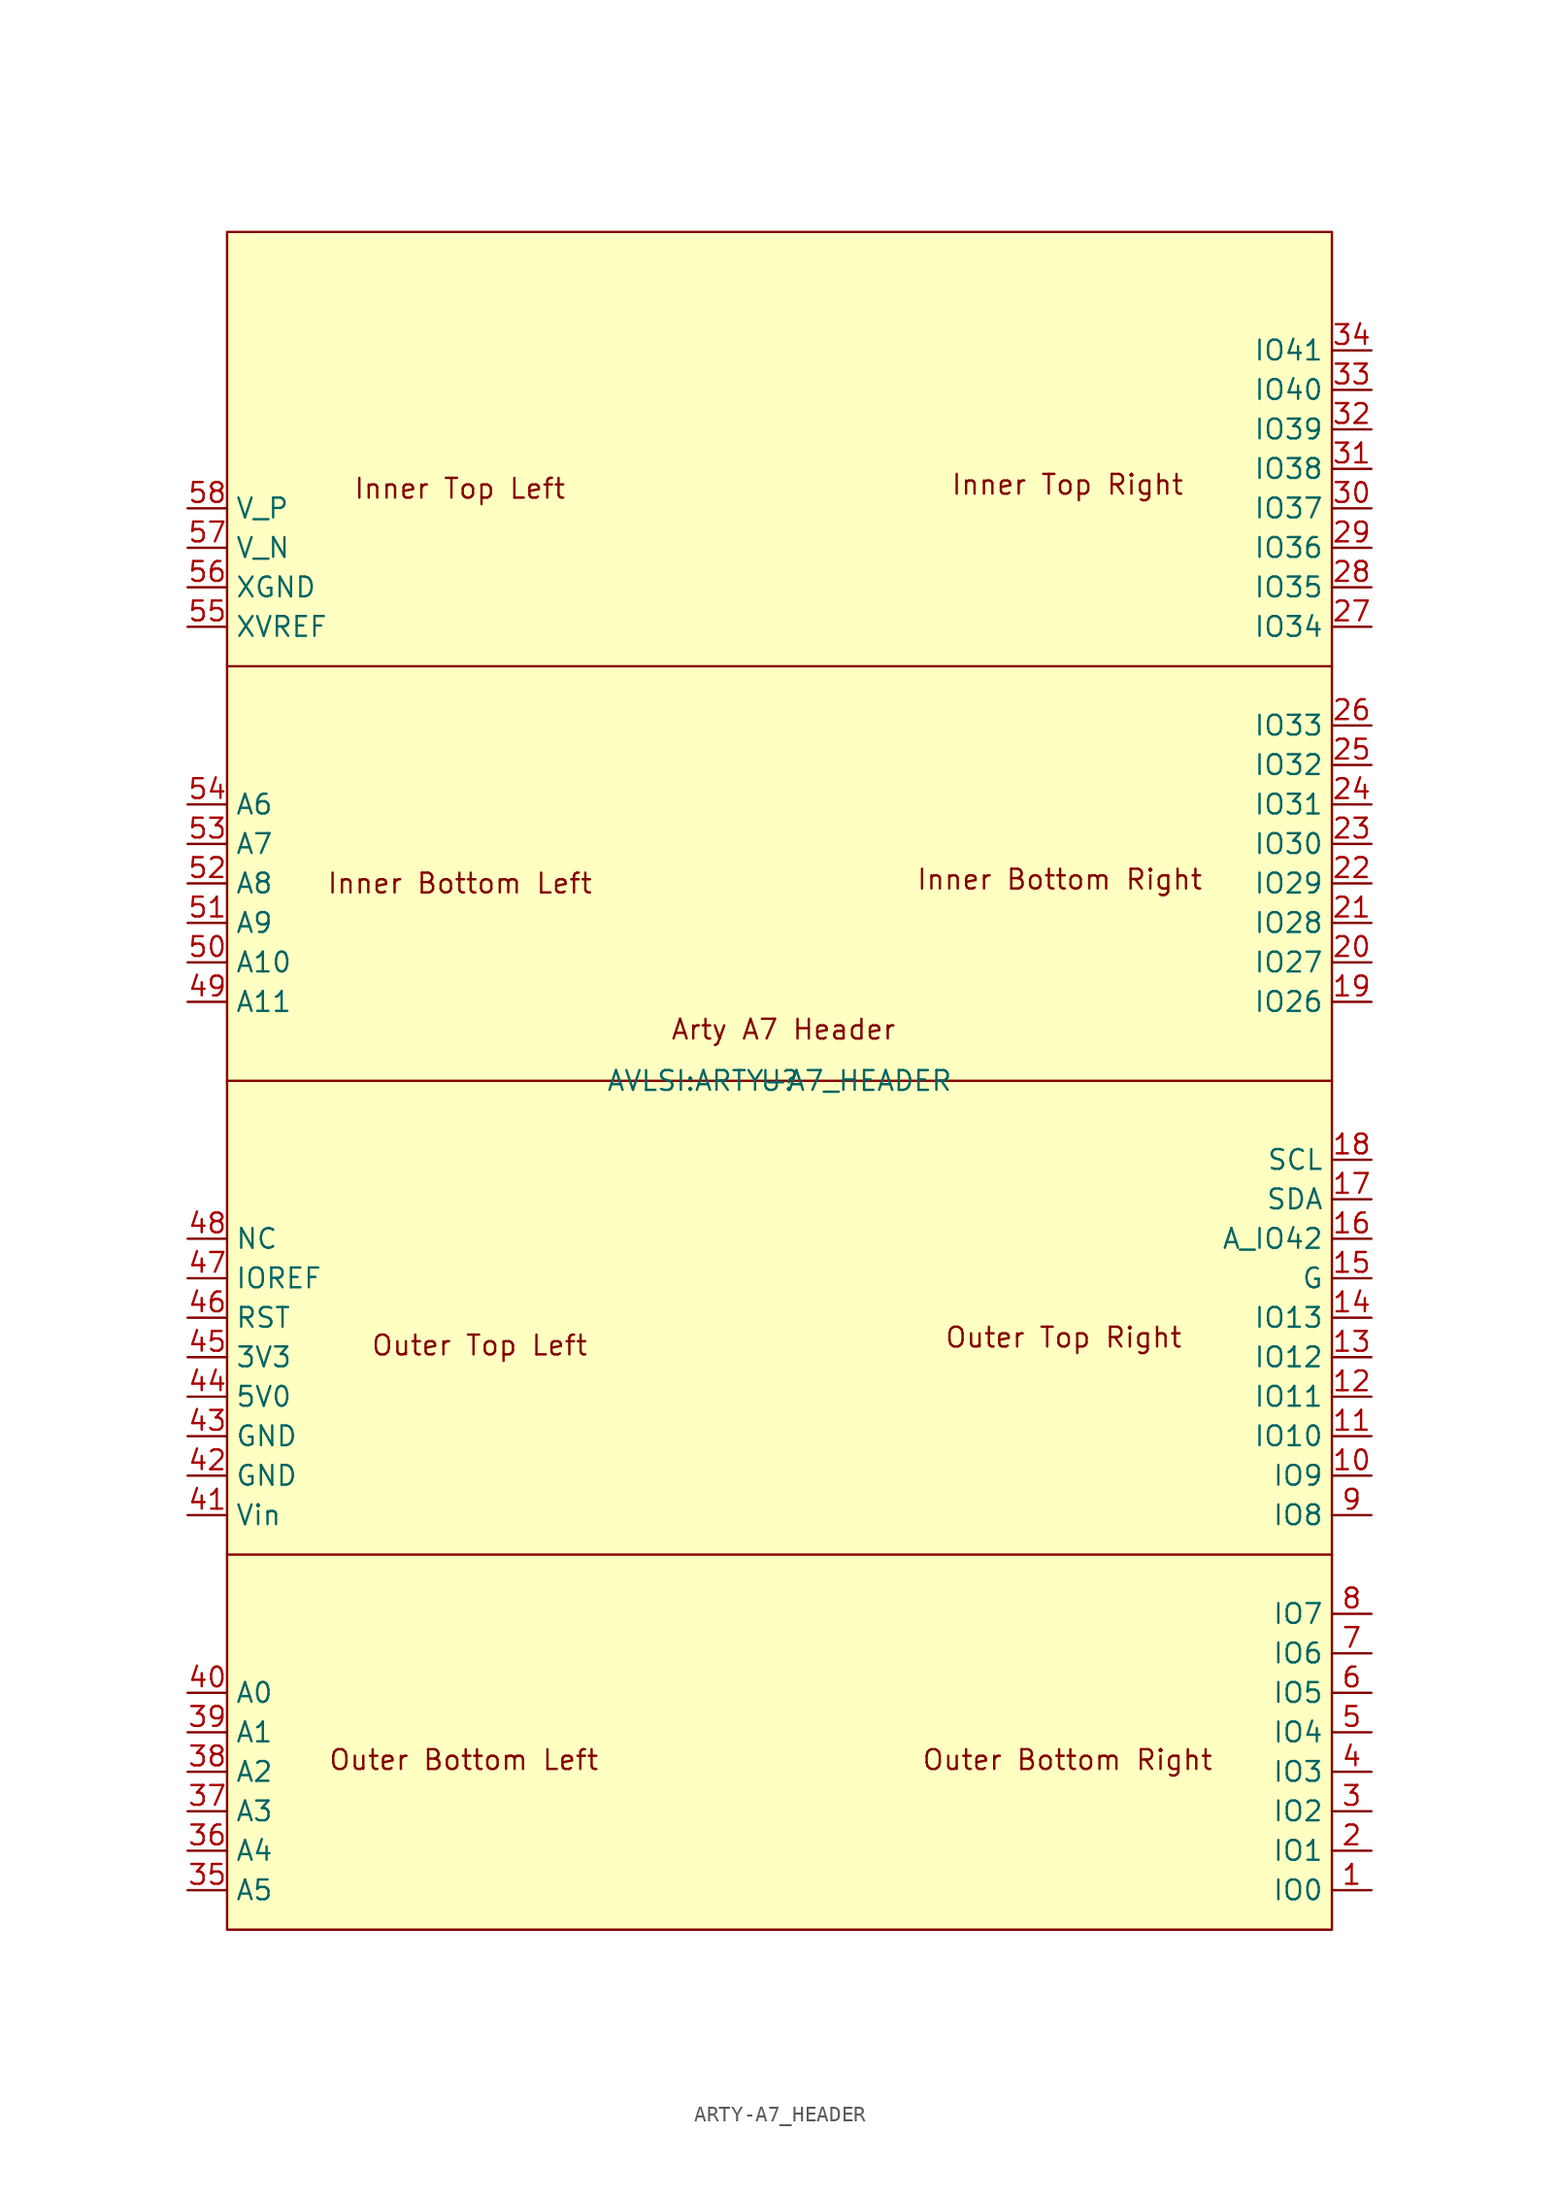
<source format=kicad_sym>
(kicad_symbol_lib
  (version 20231120)
  (generator "kicad_symbol_editor")
  (generator_version "8.0")
  (symbol "ARTY-A7_HEADER"
    (property "Reference" "U"
      (at 0 0 0)
      (effects (font (size 1.27 1.27))))
    (property "Value" "AVLSI:ARTY-A7_HEADER"
      (at 0 0 0)
      (effects (font (size 1.27 1.27))))
    (symbol "ARTY-A7_HEADER_1_1"
      (rectangle (start -35.56 54.61) (end 35.56 -54.61) (stroke (width 0) (type default)) (fill (type background)))
      (polyline (pts (xy 35.56 -30.48) (xy -35.56 -30.48)) (stroke (width 0) (type default)) (fill (type none)))
      (polyline (pts (xy 35.56 0) (xy -35.56 0)) (stroke (width 0) (type default)) (fill (type none)))
      (polyline (pts (xy 35.56 26.67) (xy -35.56 26.67)) (stroke (width 0) (type default)) (fill (type none)))
      (text "Arty A7 Header" (at 0.254 3.302 0) (effects (font (size 1.27 1.27))))
      (text "Inner Bottom Left" (at -20.574 12.7 0) (effects (font (size 1.27 1.27))))
      (text "Inner Bottom Right" (at 18.034 12.954 0) (effects (font (size 1.27 1.27))))
      (text "Inner Top Left" (at -20.574 38.1 0) (effects (font (size 1.27 1.27))))
      (text "Inner Top Right" (at 18.542 38.354 0) (effects (font (size 1.27 1.27))))
      (text "Outer Bottom Left" (at -20.32 -43.688 0) (effects (font (size 1.27 1.27))))
      (text "Outer Bottom Right" (at 18.542 -43.688 0) (effects (font (size 1.27 1.27))))
      (text "Outer Top Left" (at -19.304 -17.018 0) (effects (font (size 1.27 1.27))))
      (text "Outer Top Right" (at 18.288 -16.51 0) (effects (font (size 1.27 1.27))))
      (pin bidirectional line (at 38.1 -52.07 180) (length 2.54) (name "IO0" (effects (font (size 1.27 1.27)))) (number "1" (effects (font (size 1.27 1.27)))))
      (pin bidirectional line (at 38.1 -25.4 180) (length 2.54) (name "IO9" (effects (font (size 1.27 1.27)))) (number "10" (effects (font (size 1.27 1.27)))))
      (pin bidirectional line (at 38.1 -22.86 180) (length 2.54) (name "IO10" (effects (font (size 1.27 1.27)))) (number "11" (effects (font (size 1.27 1.27)))))
      (pin bidirectional line (at 38.1 -20.32 180) (length 2.54) (name "IO11" (effects (font (size 1.27 1.27)))) (number "12" (effects (font (size 1.27 1.27)))))
      (pin bidirectional line (at 38.1 -17.78 180) (length 2.54) (name "IO12" (effects (font (size 1.27 1.27)))) (number "13" (effects (font (size 1.27 1.27)))))
      (pin bidirectional line (at 38.1 -15.24 180) (length 2.54) (name "IO13" (effects (font (size 1.27 1.27)))) (number "14" (effects (font (size 1.27 1.27)))))
      (pin bidirectional line (at 38.1 -12.7 180) (length 2.54) (name "G" (effects (font (size 1.27 1.27)))) (number "15" (effects (font (size 1.27 1.27)))))
      (pin bidirectional line (at 38.1 -10.16 180) (length 2.54) (name "A_IO42" (effects (font (size 1.27 1.27)))) (number "16" (effects (font (size 1.27 1.27)))))
      (pin bidirectional line (at 38.1 -7.62 180) (length 2.54) (name "SDA" (effects (font (size 1.27 1.27)))) (number "17" (effects (font (size 1.27 1.27)))))
      (pin bidirectional line (at 38.1 -5.08 180) (length 2.54) (name "SCL" (effects (font (size 1.27 1.27)))) (number "18" (effects (font (size 1.27 1.27)))))
      (pin bidirectional line (at 38.1 5.08 180) (length 2.54) (name "IO26" (effects (font (size 1.27 1.27)))) (number "19" (effects (font (size 1.27 1.27)))))
      (pin bidirectional line (at 38.1 -49.53 180) (length 2.54) (name "IO1" (effects (font (size 1.27 1.27)))) (number "2" (effects (font (size 1.27 1.27)))))
      (pin bidirectional line (at 38.1 7.62 180) (length 2.54) (name "IO27" (effects (font (size 1.27 1.27)))) (number "20" (effects (font (size 1.27 1.27)))))
      (pin bidirectional line (at 38.1 10.16 180) (length 2.54) (name "IO28" (effects (font (size 1.27 1.27)))) (number "21" (effects (font (size 1.27 1.27)))))
      (pin bidirectional line (at 38.1 12.7 180) (length 2.54) (name "IO29" (effects (font (size 1.27 1.27)))) (number "22" (effects (font (size 1.27 1.27)))))
      (pin bidirectional line (at 38.1 15.24 180) (length 2.54) (name "IO30" (effects (font (size 1.27 1.27)))) (number "23" (effects (font (size 1.27 1.27)))))
      (pin bidirectional line (at 38.1 17.78 180) (length 2.54) (name "IO31" (effects (font (size 1.27 1.27)))) (number "24" (effects (font (size 1.27 1.27)))))
      (pin bidirectional line (at 38.1 20.32 180) (length 2.54) (name "IO32" (effects (font (size 1.27 1.27)))) (number "25" (effects (font (size 1.27 1.27)))))
      (pin bidirectional line (at 38.1 22.86 180) (length 2.54) (name "IO33" (effects (font (size 1.27 1.27)))) (number "26" (effects (font (size 1.27 1.27)))))
      (pin bidirectional line (at 38.1 29.21 180) (length 2.54) (name "IO34" (effects (font (size 1.27 1.27)))) (number "27" (effects (font (size 1.27 1.27)))))
      (pin bidirectional line (at 38.1 31.75 180) (length 2.54) (name "IO35" (effects (font (size 1.27 1.27)))) (number "28" (effects (font (size 1.27 1.27)))))
      (pin bidirectional line (at 38.1 34.29 180) (length 2.54) (name "IO36" (effects (font (size 1.27 1.27)))) (number "29" (effects (font (size 1.27 1.27)))))
      (pin bidirectional line (at 38.1 -46.99 180) (length 2.54) (name "IO2" (effects (font (size 1.27 1.27)))) (number "3" (effects (font (size 1.27 1.27)))))
      (pin bidirectional line (at 38.1 36.83 180) (length 2.54) (name "IO37" (effects (font (size 1.27 1.27)))) (number "30" (effects (font (size 1.27 1.27)))))
      (pin bidirectional line (at 38.1 39.37 180) (length 2.54) (name "IO38" (effects (font (size 1.27 1.27)))) (number "31" (effects (font (size 1.27 1.27)))))
      (pin bidirectional line (at 38.1 41.91 180) (length 2.54) (name "IO39" (effects (font (size 1.27 1.27)))) (number "32" (effects (font (size 1.27 1.27)))))
      (pin bidirectional line (at 38.1 44.45 180) (length 2.54) (name "IO40" (effects (font (size 1.27 1.27)))) (number "33" (effects (font (size 1.27 1.27)))))
      (pin bidirectional line (at 38.1 46.99 180) (length 2.54) (name "IO41" (effects (font (size 1.27 1.27)))) (number "34" (effects (font (size 1.27 1.27)))))
      (pin bidirectional line (at -38.1 -52.07 0) (length 2.54) (name "A5" (effects (font (size 1.27 1.27)))) (number "35" (effects (font (size 1.27 1.27)))))
      (pin bidirectional line (at -38.1 -49.53 0) (length 2.54) (name "A4" (effects (font (size 1.27 1.27)))) (number "36" (effects (font (size 1.27 1.27)))))
      (pin bidirectional line (at -38.1 -46.99 0) (length 2.54) (name "A3" (effects (font (size 1.27 1.27)))) (number "37" (effects (font (size 1.27 1.27)))))
      (pin bidirectional line (at -38.1 -44.45 0) (length 2.54) (name "A2" (effects (font (size 1.27 1.27)))) (number "38" (effects (font (size 1.27 1.27)))))
      (pin bidirectional line (at -38.1 -41.91 0) (length 2.54) (name "A1" (effects (font (size 1.27 1.27)))) (number "39" (effects (font (size 1.27 1.27)))))
      (pin bidirectional line (at 38.1 -44.45 180) (length 2.54) (name "IO3" (effects (font (size 1.27 1.27)))) (number "4" (effects (font (size 1.27 1.27)))))
      (pin bidirectional line (at -38.1 -39.37 0) (length 2.54) (name "A0" (effects (font (size 1.27 1.27)))) (number "40" (effects (font (size 1.27 1.27)))))
      (pin bidirectional line (at -38.1 -27.94 0) (length 2.54) (name "Vin" (effects (font (size 1.27 1.27)))) (number "41" (effects (font (size 1.27 1.27)))))
      (pin bidirectional line (at -38.1 -25.4 0) (length 2.54) (name "GND" (effects (font (size 1.27 1.27)))) (number "42" (effects (font (size 1.27 1.27)))))
      (pin bidirectional line (at -38.1 -22.86 0) (length 2.54) (name "GND" (effects (font (size 1.27 1.27)))) (number "43" (effects (font (size 1.27 1.27)))))
      (pin bidirectional line (at -38.1 -20.32 0) (length 2.54) (name "5V0" (effects (font (size 1.27 1.27)))) (number "44" (effects (font (size 1.27 1.27)))))
      (pin bidirectional line (at -38.1 -17.78 0) (length 2.54) (name "3V3" (effects (font (size 1.27 1.27)))) (number "45" (effects (font (size 1.27 1.27)))))
      (pin bidirectional line (at -38.1 -15.24 0) (length 2.54) (name "RST" (effects (font (size 1.27 1.27)))) (number "46" (effects (font (size 1.27 1.27)))))
      (pin bidirectional line (at -38.1 -12.7 0) (length 2.54) (name "IOREF" (effects (font (size 1.27 1.27)))) (number "47" (effects (font (size 1.27 1.27)))))
      (pin bidirectional line (at -38.1 -10.16 0) (length 2.54) (name "NC" (effects (font (size 1.27 1.27)))) (number "48" (effects (font (size 1.27 1.27)))))
      (pin bidirectional line (at -38.1 5.08 0) (length 2.54) (name "A11" (effects (font (size 1.27 1.27)))) (number "49" (effects (font (size 1.27 1.27)))))
      (pin bidirectional line (at 38.1 -41.91 180) (length 2.54) (name "IO4" (effects (font (size 1.27 1.27)))) (number "5" (effects (font (size 1.27 1.27)))))
      (pin bidirectional line (at -38.1 7.62 0) (length 2.54) (name "A10" (effects (font (size 1.27 1.27)))) (number "50" (effects (font (size 1.27 1.27)))))
      (pin bidirectional line (at -38.1 10.16 0) (length 2.54) (name "A9" (effects (font (size 1.27 1.27)))) (number "51" (effects (font (size 1.27 1.27)))))
      (pin bidirectional line (at -38.1 12.7 0) (length 2.54) (name "A8" (effects (font (size 1.27 1.27)))) (number "52" (effects (font (size 1.27 1.27)))))
      (pin bidirectional line (at -38.1 15.24 0) (length 2.54) (name "A7" (effects (font (size 1.27 1.27)))) (number "53" (effects (font (size 1.27 1.27)))))
      (pin bidirectional line (at -38.1 17.78 0) (length 2.54) (name "A6" (effects (font (size 1.27 1.27)))) (number "54" (effects (font (size 1.27 1.27)))))
      (pin bidirectional line (at -38.1 29.21 0) (length 2.54) (name "XVREF" (effects (font (size 1.27 1.27)))) (number "55" (effects (font (size 1.27 1.27)))))
      (pin bidirectional line (at -38.1 31.75 0) (length 2.54) (name "XGND" (effects (font (size 1.27 1.27)))) (number "56" (effects (font (size 1.27 1.27)))))
      (pin bidirectional line (at -38.1 34.29 0) (length 2.54) (name "V_N" (effects (font (size 1.27 1.27)))) (number "57" (effects (font (size 1.27 1.27)))))
      (pin bidirectional line (at -38.1 36.83 0) (length 2.54) (name "V_P" (effects (font (size 1.27 1.27)))) (number "58" (effects (font (size 1.27 1.27)))))
      (pin bidirectional line (at 38.1 -39.37 180) (length 2.54) (name "IO5" (effects (font (size 1.27 1.27)))) (number "6" (effects (font (size 1.27 1.27)))))
      (pin bidirectional line (at 38.1 -36.83 180) (length 2.54) (name "IO6" (effects (font (size 1.27 1.27)))) (number "7" (effects (font (size 1.27 1.27)))))
      (pin bidirectional line (at 38.1 -34.29 180) (length 2.54) (name "IO7" (effects (font (size 1.27 1.27)))) (number "8" (effects (font (size 1.27 1.27)))))
      (pin bidirectional line (at 38.1 -27.94 180) (length 2.54) (name "IO8" (effects (font (size 1.27 1.27)))) (number "9" (effects (font (size 1.27 1.27))))))))
</source>
